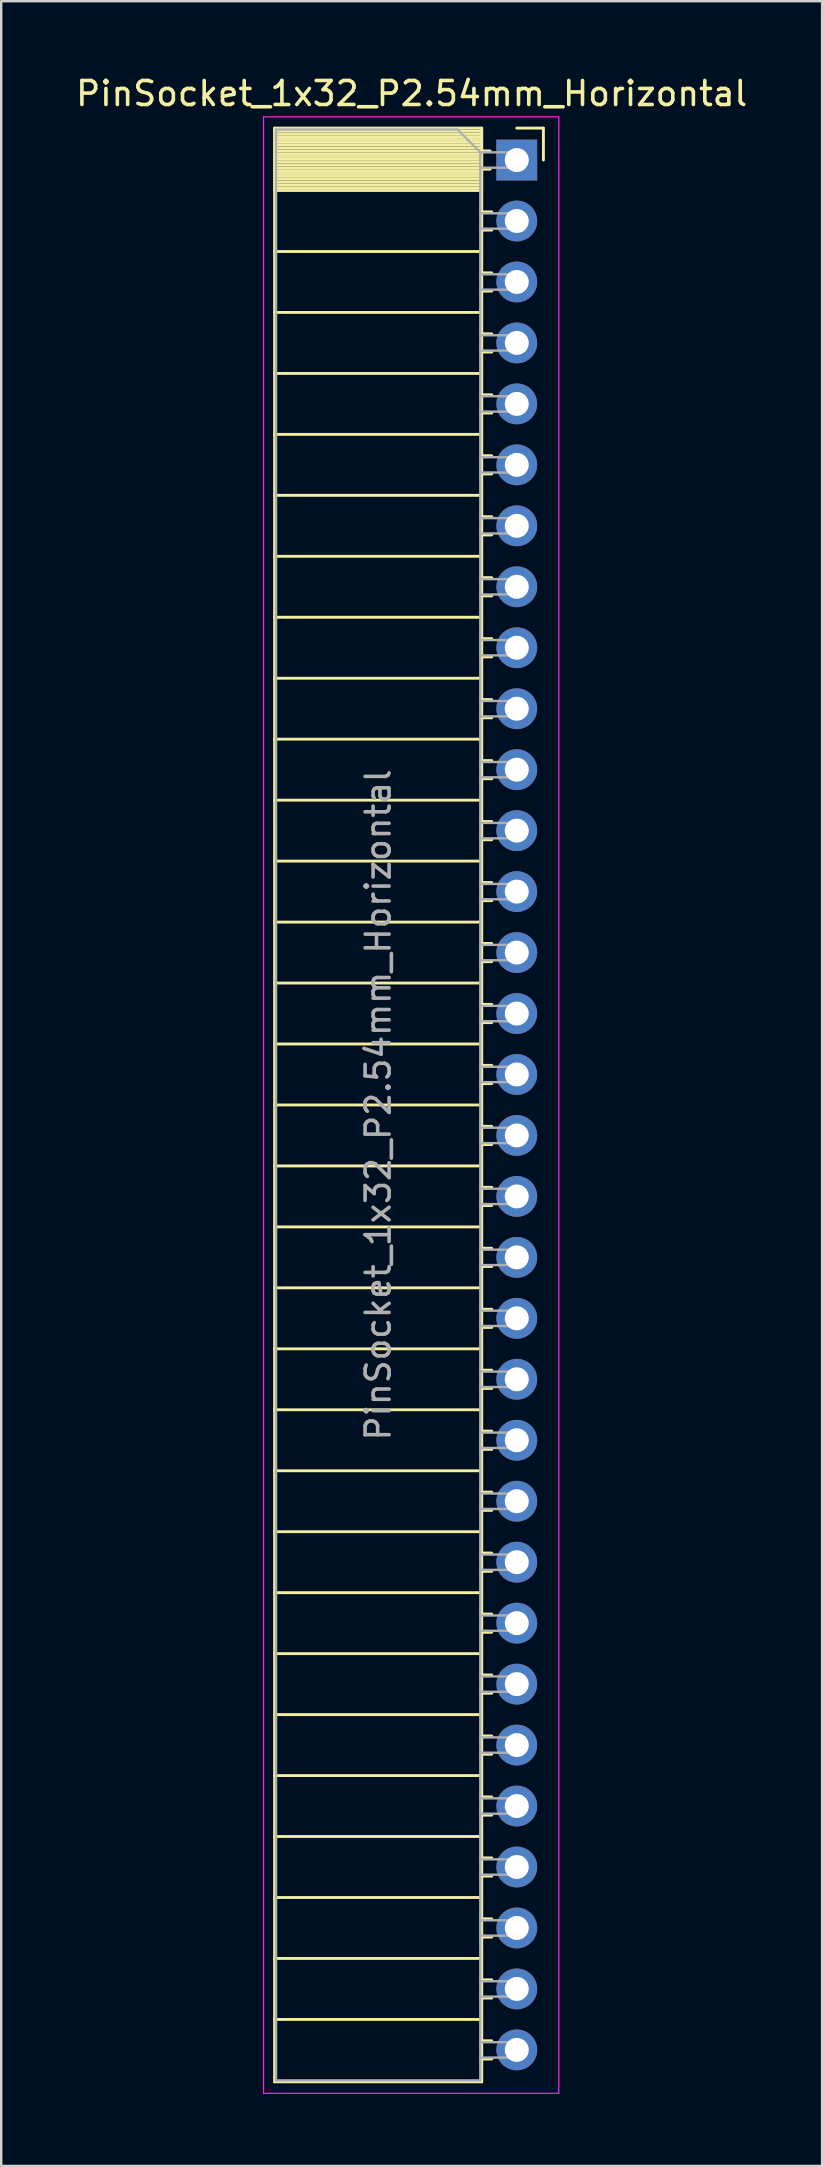
<source format=kicad_pcb>
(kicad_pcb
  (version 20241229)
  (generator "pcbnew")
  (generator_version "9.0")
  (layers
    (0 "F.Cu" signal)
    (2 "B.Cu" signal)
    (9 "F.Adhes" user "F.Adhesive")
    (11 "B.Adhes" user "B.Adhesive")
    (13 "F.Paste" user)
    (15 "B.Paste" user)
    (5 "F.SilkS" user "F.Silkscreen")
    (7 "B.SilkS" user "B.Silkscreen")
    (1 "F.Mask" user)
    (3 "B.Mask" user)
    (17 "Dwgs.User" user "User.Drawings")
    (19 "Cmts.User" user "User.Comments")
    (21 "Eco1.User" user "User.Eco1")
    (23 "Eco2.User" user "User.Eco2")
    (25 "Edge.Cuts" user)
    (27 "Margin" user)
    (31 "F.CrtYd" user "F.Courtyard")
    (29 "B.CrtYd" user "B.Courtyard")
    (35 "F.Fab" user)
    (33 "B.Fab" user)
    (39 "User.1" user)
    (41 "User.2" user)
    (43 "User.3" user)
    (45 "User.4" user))
  (footprint "PinSocket_1x32_P2.54mm_Horizontal"
    (layer "F.Cu")
    (at 18.481 3.618)
    (property "Reference" "PinSocket_1x32_P2.54mm_Horizontal" (at -4.38 -2.77 0) (layer "F.SilkS") (effects (font (size 1 1) (thickness 0.15))))
    (attr through_hole)
    (fp_line (start -10.09 -1.33) (end -10.09 80.07) (stroke (width 0.12) (type solid)) (layer "F.SilkS"))
    (fp_line (start -10.09 -1.33) (end -1.46 -1.33) (stroke (width 0.12) (type solid)) (layer "F.SilkS"))
    (fp_line (start -10.09 -1.21) (end -1.46 -1.21) (stroke (width 0.12) (type solid)) (layer "F.SilkS"))
    (fp_line (start -10.09 -1.092) (end -1.46 -1.092) (stroke (width 0.12) (type solid)) (layer "F.SilkS"))
    (fp_line (start -10.09 -0.974) (end -1.46 -0.974) (stroke (width 0.12) (type solid)) (layer "F.SilkS"))
    (fp_line (start -10.09 -0.856) (end -1.46 -0.856) (stroke (width 0.12) (type solid)) (layer "F.SilkS"))
    (fp_line (start -10.09 -0.738) (end -1.46 -0.738) (stroke (width 0.12) (type solid)) (layer "F.SilkS"))
    (fp_line (start -10.09 -0.62) (end -1.46 -0.62) (stroke (width 0.12) (type solid)) (layer "F.SilkS"))
    (fp_line (start -10.09 -0.501) (end -1.46 -0.501) (stroke (width 0.12) (type solid)) (layer "F.SilkS"))
    (fp_line (start -10.09 -0.383) (end -1.46 -0.383) (stroke (width 0.12) (type solid)) (layer "F.SilkS"))
    (fp_line (start -10.09 -0.265) (end -1.46 -0.265) (stroke (width 0.12) (type solid)) (layer "F.SilkS"))
    (fp_line (start -10.09 -0.147) (end -1.46 -0.147) (stroke (width 0.12) (type solid)) (layer "F.SilkS"))
    (fp_line (start -10.09 -0.029) (end -1.46 -0.029) (stroke (width 0.12) (type solid)) (layer "F.SilkS"))
    (fp_line (start -10.09 0.089) (end -1.46 0.089) (stroke (width 0.12) (type solid)) (layer "F.SilkS"))
    (fp_line (start -10.09 0.207) (end -1.46 0.207) (stroke (width 0.12) (type solid)) (layer "F.SilkS"))
    (fp_line (start -10.09 0.325) (end -1.46 0.325) (stroke (width 0.12) (type solid)) (layer "F.SilkS"))
    (fp_line (start -10.09 0.443) (end -1.46 0.443) (stroke (width 0.12) (type solid)) (layer "F.SilkS"))
    (fp_line (start -10.09 0.561) (end -1.46 0.561) (stroke (width 0.12) (type solid)) (layer "F.SilkS"))
    (fp_line (start -10.09 0.68) (end -1.46 0.68) (stroke (width 0.12) (type solid)) (layer "F.SilkS"))
    (fp_line (start -10.09 0.798) (end -1.46 0.798) (stroke (width 0.12) (type solid)) (layer "F.SilkS"))
    (fp_line (start -10.09 0.916) (end -1.46 0.916) (stroke (width 0.12) (type solid)) (layer "F.SilkS"))
    (fp_line (start -10.09 1.034) (end -1.46 1.034) (stroke (width 0.12) (type solid)) (layer "F.SilkS"))
    (fp_line (start -10.09 1.152) (end -1.46 1.152) (stroke (width 0.12) (type solid)) (layer "F.SilkS"))
    (fp_line (start -10.09 1.27) (end -1.46 1.27) (stroke (width 0.12) (type solid)) (layer "F.SilkS"))
    (fp_line (start -10.09 3.81) (end -1.46 3.81) (stroke (width 0.12) (type solid)) (layer "F.SilkS"))
    (fp_line (start -10.09 6.35) (end -1.46 6.35) (stroke (width 0.12) (type solid)) (layer "F.SilkS"))
    (fp_line (start -10.09 8.89) (end -1.46 8.89) (stroke (width 0.12) (type solid)) (layer "F.SilkS"))
    (fp_line (start -10.09 11.43) (end -1.46 11.43) (stroke (width 0.12) (type solid)) (layer "F.SilkS"))
    (fp_line (start -10.09 13.97) (end -1.46 13.97) (stroke (width 0.12) (type solid)) (layer "F.SilkS"))
    (fp_line (start -10.09 16.51) (end -1.46 16.51) (stroke (width 0.12) (type solid)) (layer "F.SilkS"))
    (fp_line (start -10.09 19.05) (end -1.46 19.05) (stroke (width 0.12) (type solid)) (layer "F.SilkS"))
    (fp_line (start -10.09 21.59) (end -1.46 21.59) (stroke (width 0.12) (type solid)) (layer "F.SilkS"))
    (fp_line (start -10.09 24.13) (end -1.46 24.13) (stroke (width 0.12) (type solid)) (layer "F.SilkS"))
    (fp_line (start -10.09 26.67) (end -1.46 26.67) (stroke (width 0.12) (type solid)) (layer "F.SilkS"))
    (fp_line (start -10.09 29.21) (end -1.46 29.21) (stroke (width 0.12) (type solid)) (layer "F.SilkS"))
    (fp_line (start -10.09 31.75) (end -1.46 31.75) (stroke (width 0.12) (type solid)) (layer "F.SilkS"))
    (fp_line (start -10.09 34.29) (end -1.46 34.29) (stroke (width 0.12) (type solid)) (layer "F.SilkS"))
    (fp_line (start -10.09 36.83) (end -1.46 36.83) (stroke (width 0.12) (type solid)) (layer "F.SilkS"))
    (fp_line (start -10.09 39.37) (end -1.46 39.37) (stroke (width 0.12) (type solid)) (layer "F.SilkS"))
    (fp_line (start -10.09 41.91) (end -1.46 41.91) (stroke (width 0.12) (type solid)) (layer "F.SilkS"))
    (fp_line (start -10.09 44.45) (end -1.46 44.45) (stroke (width 0.12) (type solid)) (layer "F.SilkS"))
    (fp_line (start -10.09 46.99) (end -1.46 46.99) (stroke (width 0.12) (type solid)) (layer "F.SilkS"))
    (fp_line (start -10.09 49.53) (end -1.46 49.53) (stroke (width 0.12) (type solid)) (layer "F.SilkS"))
    (fp_line (start -10.09 52.07) (end -1.46 52.07) (stroke (width 0.12) (type solid)) (layer "F.SilkS"))
    (fp_line (start -10.09 54.61) (end -1.46 54.61) (stroke (width 0.12) (type solid)) (layer "F.SilkS"))
    (fp_line (start -10.09 57.15) (end -1.46 57.15) (stroke (width 0.12) (type solid)) (layer "F.SilkS"))
    (fp_line (start -10.09 59.69) (end -1.46 59.69) (stroke (width 0.12) (type solid)) (layer "F.SilkS"))
    (fp_line (start -10.09 62.23) (end -1.46 62.23) (stroke (width 0.12) (type solid)) (layer "F.SilkS"))
    (fp_line (start -10.09 64.77) (end -1.46 64.77) (stroke (width 0.12) (type solid)) (layer "F.SilkS"))
    (fp_line (start -10.09 67.31) (end -1.46 67.31) (stroke (width 0.12) (type solid)) (layer "F.SilkS"))
    (fp_line (start -10.09 69.85) (end -1.46 69.85) (stroke (width 0.12) (type solid)) (layer "F.SilkS"))
    (fp_line (start -10.09 72.39) (end -1.46 72.39) (stroke (width 0.12) (type solid)) (layer "F.SilkS"))
    (fp_line (start -10.09 74.93) (end -1.46 74.93) (stroke (width 0.12) (type solid)) (layer "F.SilkS"))
    (fp_line (start -10.09 77.47) (end -1.46 77.47) (stroke (width 0.12) (type solid)) (layer "F.SilkS"))
    (fp_line (start -10.09 80.07) (end -1.46 80.07) (stroke (width 0.12) (type solid)) (layer "F.SilkS"))
    (fp_line (start -1.46 -1.33) (end -1.46 80.07) (stroke (width 0.12) (type solid)) (layer "F.SilkS"))
    (fp_line (start -1.46 -0.38) (end -1.11 -0.38) (stroke (width 0.12) (type solid)) (layer "F.SilkS"))
    (fp_line (start -1.46 0.38) (end -1.11 0.38) (stroke (width 0.12) (type solid)) (layer "F.SilkS"))
    (fp_line (start -1.46 2.16) (end -1.043 2.16) (stroke (width 0.12) (type solid)) (layer "F.SilkS"))
    (fp_line (start -1.46 2.92) (end -1.043 2.92) (stroke (width 0.12) (type solid)) (layer "F.SilkS"))
    (fp_line (start -1.46 4.7) (end -1.043 4.7) (stroke (width 0.12) (type solid)) (layer "F.SilkS"))
    (fp_line (start -1.46 5.46) (end -1.043 5.46) (stroke (width 0.12) (type solid)) (layer "F.SilkS"))
    (fp_line (start -1.46 7.24) (end -1.043 7.24) (stroke (width 0.12) (type solid)) (layer "F.SilkS"))
    (fp_line (start -1.46 8) (end -1.043 8) (stroke (width 0.12) (type solid)) (layer "F.SilkS"))
    (fp_line (start -1.46 9.78) (end -1.043 9.78) (stroke (width 0.12) (type solid)) (layer "F.SilkS"))
    (fp_line (start -1.46 10.54) (end -1.043 10.54) (stroke (width 0.12) (type solid)) (layer "F.SilkS"))
    (fp_line (start -1.46 12.32) (end -1.043 12.32) (stroke (width 0.12) (type solid)) (layer "F.SilkS"))
    (fp_line (start -1.46 13.08) (end -1.043 13.08) (stroke (width 0.12) (type solid)) (layer "F.SilkS"))
    (fp_line (start -1.46 14.86) (end -1.043 14.86) (stroke (width 0.12) (type solid)) (layer "F.SilkS"))
    (fp_line (start -1.46 15.62) (end -1.043 15.62) (stroke (width 0.12) (type solid)) (layer "F.SilkS"))
    (fp_line (start -1.46 17.4) (end -1.043 17.4) (stroke (width 0.12) (type solid)) (layer "F.SilkS"))
    (fp_line (start -1.46 18.16) (end -1.043 18.16) (stroke (width 0.12) (type solid)) (layer "F.SilkS"))
    (fp_line (start -1.46 19.94) (end -1.043 19.94) (stroke (width 0.12) (type solid)) (layer "F.SilkS"))
    (fp_line (start -1.46 20.7) (end -1.043 20.7) (stroke (width 0.12) (type solid)) (layer "F.SilkS"))
    (fp_line (start -1.46 22.48) (end -1.043 22.48) (stroke (width 0.12) (type solid)) (layer "F.SilkS"))
    (fp_line (start -1.46 23.24) (end -1.043 23.24) (stroke (width 0.12) (type solid)) (layer "F.SilkS"))
    (fp_line (start -1.46 25.02) (end -1.043 25.02) (stroke (width 0.12) (type solid)) (layer "F.SilkS"))
    (fp_line (start -1.46 25.78) (end -1.043 25.78) (stroke (width 0.12) (type solid)) (layer "F.SilkS"))
    (fp_line (start -1.46 27.56) (end -1.043 27.56) (stroke (width 0.12) (type solid)) (layer "F.SilkS"))
    (fp_line (start -1.46 28.32) (end -1.043 28.32) (stroke (width 0.12) (type solid)) (layer "F.SilkS"))
    (fp_line (start -1.46 30.1) (end -1.043 30.1) (stroke (width 0.12) (type solid)) (layer "F.SilkS"))
    (fp_line (start -1.46 30.86) (end -1.043 30.86) (stroke (width 0.12) (type solid)) (layer "F.SilkS"))
    (fp_line (start -1.46 32.64) (end -1.043 32.64) (stroke (width 0.12) (type solid)) (layer "F.SilkS"))
    (fp_line (start -1.46 33.4) (end -1.043 33.4) (stroke (width 0.12) (type solid)) (layer "F.SilkS"))
    (fp_line (start -1.46 35.18) (end -1.043 35.18) (stroke (width 0.12) (type solid)) (layer "F.SilkS"))
    (fp_line (start -1.46 35.94) (end -1.043 35.94) (stroke (width 0.12) (type solid)) (layer "F.SilkS"))
    (fp_line (start -1.46 37.72) (end -1.043 37.72) (stroke (width 0.12) (type solid)) (layer "F.SilkS"))
    (fp_line (start -1.46 38.48) (end -1.043 38.48) (stroke (width 0.12) (type solid)) (layer "F.SilkS"))
    (fp_line (start -1.46 40.26) (end -1.043 40.26) (stroke (width 0.12) (type solid)) (layer "F.SilkS"))
    (fp_line (start -1.46 41.02) (end -1.043 41.02) (stroke (width 0.12) (type solid)) (layer "F.SilkS"))
    (fp_line (start -1.46 42.8) (end -1.043 42.8) (stroke (width 0.12) (type solid)) (layer "F.SilkS"))
    (fp_line (start -1.46 43.56) (end -1.043 43.56) (stroke (width 0.12) (type solid)) (layer "F.SilkS"))
    (fp_line (start -1.46 45.34) (end -1.043 45.34) (stroke (width 0.12) (type solid)) (layer "F.SilkS"))
    (fp_line (start -1.46 46.1) (end -1.043 46.1) (stroke (width 0.12) (type solid)) (layer "F.SilkS"))
    (fp_line (start -1.46 47.88) (end -1.043 47.88) (stroke (width 0.12) (type solid)) (layer "F.SilkS"))
    (fp_line (start -1.46 48.64) (end -1.043 48.64) (stroke (width 0.12) (type solid)) (layer "F.SilkS"))
    (fp_line (start -1.46 50.42) (end -1.043 50.42) (stroke (width 0.12) (type solid)) (layer "F.SilkS"))
    (fp_line (start -1.46 51.18) (end -1.043 51.18) (stroke (width 0.12) (type solid)) (layer "F.SilkS"))
    (fp_line (start -1.46 52.96) (end -1.043 52.96) (stroke (width 0.12) (type solid)) (layer "F.SilkS"))
    (fp_line (start -1.46 53.72) (end -1.043 53.72) (stroke (width 0.12) (type solid)) (layer "F.SilkS"))
    (fp_line (start -1.46 55.5) (end -1.043 55.5) (stroke (width 0.12) (type solid)) (layer "F.SilkS"))
    (fp_line (start -1.46 56.26) (end -1.043 56.26) (stroke (width 0.12) (type solid)) (layer "F.SilkS"))
    (fp_line (start -1.46 58.04) (end -1.043 58.04) (stroke (width 0.12) (type solid)) (layer "F.SilkS"))
    (fp_line (start -1.46 58.8) (end -1.043 58.8) (stroke (width 0.12) (type solid)) (layer "F.SilkS"))
    (fp_line (start -1.46 60.58) (end -1.043 60.58) (stroke (width 0.12) (type solid)) (layer "F.SilkS"))
    (fp_line (start -1.46 61.34) (end -1.043 61.34) (stroke (width 0.12) (type solid)) (layer "F.SilkS"))
    (fp_line (start -1.46 63.12) (end -1.043 63.12) (stroke (width 0.12) (type solid)) (layer "F.SilkS"))
    (fp_line (start -1.46 63.88) (end -1.043 63.88) (stroke (width 0.12) (type solid)) (layer "F.SilkS"))
    (fp_line (start -1.46 65.66) (end -1.043 65.66) (stroke (width 0.12) (type solid)) (layer "F.SilkS"))
    (fp_line (start -1.46 66.42) (end -1.043 66.42) (stroke (width 0.12) (type solid)) (layer "F.SilkS"))
    (fp_line (start -1.46 68.2) (end -1.043 68.2) (stroke (width 0.12) (type solid)) (layer "F.SilkS"))
    (fp_line (start -1.46 68.96) (end -1.043 68.96) (stroke (width 0.12) (type solid)) (layer "F.SilkS"))
    (fp_line (start -1.46 70.74) (end -1.043 70.74) (stroke (width 0.12) (type solid)) (layer "F.SilkS"))
    (fp_line (start -1.46 71.5) (end -1.043 71.5) (stroke (width 0.12) (type solid)) (layer "F.SilkS"))
    (fp_line (start -1.46 73.28) (end -1.043 73.28) (stroke (width 0.12) (type solid)) (layer "F.SilkS"))
    (fp_line (start -1.46 74.04) (end -1.043 74.04) (stroke (width 0.12) (type solid)) (layer "F.SilkS"))
    (fp_line (start -1.46 75.82) (end -1.043 75.82) (stroke (width 0.12) (type solid)) (layer "F.SilkS"))
    (fp_line (start -1.46 76.58) (end -1.043 76.58) (stroke (width 0.12) (type solid)) (layer "F.SilkS"))
    (fp_line (start -1.46 78.36) (end -1.043 78.36) (stroke (width 0.12) (type solid)) (layer "F.SilkS"))
    (fp_line (start -1.46 79.12) (end -1.043 79.12) (stroke (width 0.12) (type solid)) (layer "F.SilkS"))
    (fp_line (start 0 -1.33) (end 1.11 -1.33) (stroke (width 0.12) (type solid)) (layer "F.SilkS"))
    (fp_line (start 1.11 -1.33) (end 1.11 0) (stroke (width 0.12) (type solid)) (layer "F.SilkS"))
    (fp_line (start -10.55 -1.8) (end -10.55 80.55) (stroke (width 0.05) (type solid)) (layer "F.CrtYd"))
    (fp_line (start -10.55 80.55) (end 1.75 80.55) (stroke (width 0.05) (type solid)) (layer "F.CrtYd"))
    (fp_line (start 1.75 -1.8) (end -10.55 -1.8) (stroke (width 0.05) (type solid)) (layer "F.CrtYd"))
    (fp_line (start 1.75 80.55) (end 1.75 -1.8) (stroke (width 0.05) (type solid)) (layer "F.CrtYd"))
    (fp_line (start -10.03 -1.27) (end -2.47 -1.27) (stroke (width 0.1) (type solid)) (layer "F.Fab"))
    (fp_line (start -10.03 80.01) (end -10.03 -1.27) (stroke (width 0.1) (type solid)) (layer "F.Fab"))
    (fp_line (start -2.47 -1.27) (end -1.52 -0.32) (stroke (width 0.1) (type solid)) (layer "F.Fab"))
    (fp_line (start -1.52 -0.32) (end -1.52 80.01) (stroke (width 0.1) (type solid)) (layer "F.Fab"))
    (fp_line (start -1.52 0.32) (end 0 0.32) (stroke (width 0.1) (type solid)) (layer "F.Fab"))
    (fp_line (start -1.52 2.86) (end 0 2.86) (stroke (width 0.1) (type solid)) (layer "F.Fab"))
    (fp_line (start -1.52 5.4) (end 0 5.4) (stroke (width 0.1) (type solid)) (layer "F.Fab"))
    (fp_line (start -1.52 7.94) (end 0 7.94) (stroke (width 0.1) (type solid)) (layer "F.Fab"))
    (fp_line (start -1.52 10.48) (end 0 10.48) (stroke (width 0.1) (type solid)) (layer "F.Fab"))
    (fp_line (start -1.52 13.02) (end 0 13.02) (stroke (width 0.1) (type solid)) (layer "F.Fab"))
    (fp_line (start -1.52 15.56) (end 0 15.56) (stroke (width 0.1) (type solid)) (layer "F.Fab"))
    (fp_line (start -1.52 18.1) (end 0 18.1) (stroke (width 0.1) (type solid)) (layer "F.Fab"))
    (fp_line (start -1.52 20.64) (end 0 20.64) (stroke (width 0.1) (type solid)) (layer "F.Fab"))
    (fp_line (start -1.52 23.18) (end 0 23.18) (stroke (width 0.1) (type solid)) (layer "F.Fab"))
    (fp_line (start -1.52 25.72) (end 0 25.72) (stroke (width 0.1) (type solid)) (layer "F.Fab"))
    (fp_line (start -1.52 28.26) (end 0 28.26) (stroke (width 0.1) (type solid)) (layer "F.Fab"))
    (fp_line (start -1.52 30.8) (end 0 30.8) (stroke (width 0.1) (type solid)) (layer "F.Fab"))
    (fp_line (start -1.52 33.34) (end 0 33.34) (stroke (width 0.1) (type solid)) (layer "F.Fab"))
    (fp_line (start -1.52 35.88) (end 0 35.88) (stroke (width 0.1) (type solid)) (layer "F.Fab"))
    (fp_line (start -1.52 38.42) (end 0 38.42) (stroke (width 0.1) (type solid)) (layer "F.Fab"))
    (fp_line (start -1.52 40.96) (end 0 40.96) (stroke (width 0.1) (type solid)) (layer "F.Fab"))
    (fp_line (start -1.52 43.5) (end 0 43.5) (stroke (width 0.1) (type solid)) (layer "F.Fab"))
    (fp_line (start -1.52 46.04) (end 0 46.04) (stroke (width 0.1) (type solid)) (layer "F.Fab"))
    (fp_line (start -1.52 48.58) (end 0 48.58) (stroke (width 0.1) (type solid)) (layer "F.Fab"))
    (fp_line (start -1.52 51.12) (end 0 51.12) (stroke (width 0.1) (type solid)) (layer "F.Fab"))
    (fp_line (start -1.52 53.66) (end 0 53.66) (stroke (width 0.1) (type solid)) (layer "F.Fab"))
    (fp_line (start -1.52 56.2) (end 0 56.2) (stroke (width 0.1) (type solid)) (layer "F.Fab"))
    (fp_line (start -1.52 58.74) (end 0 58.74) (stroke (width 0.1) (type solid)) (layer "F.Fab"))
    (fp_line (start -1.52 61.28) (end 0 61.28) (stroke (width 0.1) (type solid)) (layer "F.Fab"))
    (fp_line (start -1.52 63.82) (end 0 63.82) (stroke (width 0.1) (type solid)) (layer "F.Fab"))
    (fp_line (start -1.52 66.36) (end 0 66.36) (stroke (width 0.1) (type solid)) (layer "F.Fab"))
    (fp_line (start -1.52 68.9) (end 0 68.9) (stroke (width 0.1) (type solid)) (layer "F.Fab"))
    (fp_line (start -1.52 71.44) (end 0 71.44) (stroke (width 0.1) (type solid)) (layer "F.Fab"))
    (fp_line (start -1.52 73.98) (end 0 73.98) (stroke (width 0.1) (type solid)) (layer "F.Fab"))
    (fp_line (start -1.52 76.52) (end 0 76.52) (stroke (width 0.1) (type solid)) (layer "F.Fab"))
    (fp_line (start -1.52 79.06) (end 0 79.06) (stroke (width 0.1) (type solid)) (layer "F.Fab"))
    (fp_line (start -1.52 80.01) (end -10.03 80.01) (stroke (width 0.1) (type solid)) (layer "F.Fab"))
    (fp_line (start 0 -0.32) (end -1.52 -0.32) (stroke (width 0.1) (type solid)) (layer "F.Fab"))
    (fp_line (start 0 0.32) (end 0 -0.32) (stroke (width 0.1) (type solid)) (layer "F.Fab"))
    (fp_line (start 0 2.22) (end -1.52 2.22) (stroke (width 0.1) (type solid)) (layer "F.Fab"))
    (fp_line (start 0 2.86) (end 0 2.22) (stroke (width 0.1) (type solid)) (layer "F.Fab"))
    (fp_line (start 0 4.76) (end -1.52 4.76) (stroke (width 0.1) (type solid)) (layer "F.Fab"))
    (fp_line (start 0 5.4) (end 0 4.76) (stroke (width 0.1) (type solid)) (layer "F.Fab"))
    (fp_line (start 0 7.3) (end -1.52 7.3) (stroke (width 0.1) (type solid)) (layer "F.Fab"))
    (fp_line (start 0 7.94) (end 0 7.3) (stroke (width 0.1) (type solid)) (layer "F.Fab"))
    (fp_line (start 0 9.84) (end -1.52 9.84) (stroke (width 0.1) (type solid)) (layer "F.Fab"))
    (fp_line (start 0 10.48) (end 0 9.84) (stroke (width 0.1) (type solid)) (layer "F.Fab"))
    (fp_line (start 0 12.38) (end -1.52 12.38) (stroke (width 0.1) (type solid)) (layer "F.Fab"))
    (fp_line (start 0 13.02) (end 0 12.38) (stroke (width 0.1) (type solid)) (layer "F.Fab"))
    (fp_line (start 0 14.92) (end -1.52 14.92) (stroke (width 0.1) (type solid)) (layer "F.Fab"))
    (fp_line (start 0 15.56) (end 0 14.92) (stroke (width 0.1) (type solid)) (layer "F.Fab"))
    (fp_line (start 0 17.46) (end -1.52 17.46) (stroke (width 0.1) (type solid)) (layer "F.Fab"))
    (fp_line (start 0 18.1) (end 0 17.46) (stroke (width 0.1) (type solid)) (layer "F.Fab"))
    (fp_line (start 0 20) (end -1.52 20) (stroke (width 0.1) (type solid)) (layer "F.Fab"))
    (fp_line (start 0 20.64) (end 0 20) (stroke (width 0.1) (type solid)) (layer "F.Fab"))
    (fp_line (start 0 22.54) (end -1.52 22.54) (stroke (width 0.1) (type solid)) (layer "F.Fab"))
    (fp_line (start 0 23.18) (end 0 22.54) (stroke (width 0.1) (type solid)) (layer "F.Fab"))
    (fp_line (start 0 25.08) (end -1.52 25.08) (stroke (width 0.1) (type solid)) (layer "F.Fab"))
    (fp_line (start 0 25.72) (end 0 25.08) (stroke (width 0.1) (type solid)) (layer "F.Fab"))
    (fp_line (start 0 27.62) (end -1.52 27.62) (stroke (width 0.1) (type solid)) (layer "F.Fab"))
    (fp_line (start 0 28.26) (end 0 27.62) (stroke (width 0.1) (type solid)) (layer "F.Fab"))
    (fp_line (start 0 30.16) (end -1.52 30.16) (stroke (width 0.1) (type solid)) (layer "F.Fab"))
    (fp_line (start 0 30.8) (end 0 30.16) (stroke (width 0.1) (type solid)) (layer "F.Fab"))
    (fp_line (start 0 32.7) (end -1.52 32.7) (stroke (width 0.1) (type solid)) (layer "F.Fab"))
    (fp_line (start 0 33.34) (end 0 32.7) (stroke (width 0.1) (type solid)) (layer "F.Fab"))
    (fp_line (start 0 35.24) (end -1.52 35.24) (stroke (width 0.1) (type solid)) (layer "F.Fab"))
    (fp_line (start 0 35.88) (end 0 35.24) (stroke (width 0.1) (type solid)) (layer "F.Fab"))
    (fp_line (start 0 37.78) (end -1.52 37.78) (stroke (width 0.1) (type solid)) (layer "F.Fab"))
    (fp_line (start 0 38.42) (end 0 37.78) (stroke (width 0.1) (type solid)) (layer "F.Fab"))
    (fp_line (start 0 40.32) (end -1.52 40.32) (stroke (width 0.1) (type solid)) (layer "F.Fab"))
    (fp_line (start 0 40.96) (end 0 40.32) (stroke (width 0.1) (type solid)) (layer "F.Fab"))
    (fp_line (start 0 42.86) (end -1.52 42.86) (stroke (width 0.1) (type solid)) (layer "F.Fab"))
    (fp_line (start 0 43.5) (end 0 42.86) (stroke (width 0.1) (type solid)) (layer "F.Fab"))
    (fp_line (start 0 45.4) (end -1.52 45.4) (stroke (width 0.1) (type solid)) (layer "F.Fab"))
    (fp_line (start 0 46.04) (end 0 45.4) (stroke (width 0.1) (type solid)) (layer "F.Fab"))
    (fp_line (start 0 47.94) (end -1.52 47.94) (stroke (width 0.1) (type solid)) (layer "F.Fab"))
    (fp_line (start 0 48.58) (end 0 47.94) (stroke (width 0.1) (type solid)) (layer "F.Fab"))
    (fp_line (start 0 50.48) (end -1.52 50.48) (stroke (width 0.1) (type solid)) (layer "F.Fab"))
    (fp_line (start 0 51.12) (end 0 50.48) (stroke (width 0.1) (type solid)) (layer "F.Fab"))
    (fp_line (start 0 53.02) (end -1.52 53.02) (stroke (width 0.1) (type solid)) (layer "F.Fab"))
    (fp_line (start 0 53.66) (end 0 53.02) (stroke (width 0.1) (type solid)) (layer "F.Fab"))
    (fp_line (start 0 55.56) (end -1.52 55.56) (stroke (width 0.1) (type solid)) (layer "F.Fab"))
    (fp_line (start 0 56.2) (end 0 55.56) (stroke (width 0.1) (type solid)) (layer "F.Fab"))
    (fp_line (start 0 58.1) (end -1.52 58.1) (stroke (width 0.1) (type solid)) (layer "F.Fab"))
    (fp_line (start 0 58.74) (end 0 58.1) (stroke (width 0.1) (type solid)) (layer "F.Fab"))
    (fp_line (start 0 60.64) (end -1.52 60.64) (stroke (width 0.1) (type solid)) (layer "F.Fab"))
    (fp_line (start 0 61.28) (end 0 60.64) (stroke (width 0.1) (type solid)) (layer "F.Fab"))
    (fp_line (start 0 63.18) (end -1.52 63.18) (stroke (width 0.1) (type solid)) (layer "F.Fab"))
    (fp_line (start 0 63.82) (end 0 63.18) (stroke (width 0.1) (type solid)) (layer "F.Fab"))
    (fp_line (start 0 65.72) (end -1.52 65.72) (stroke (width 0.1) (type solid)) (layer "F.Fab"))
    (fp_line (start 0 66.36) (end 0 65.72) (stroke (width 0.1) (type solid)) (layer "F.Fab"))
    (fp_line (start 0 68.26) (end -1.52 68.26) (stroke (width 0.1) (type solid)) (layer "F.Fab"))
    (fp_line (start 0 68.9) (end 0 68.26) (stroke (width 0.1) (type solid)) (layer "F.Fab"))
    (fp_line (start 0 70.8) (end -1.52 70.8) (stroke (width 0.1) (type solid)) (layer "F.Fab"))
    (fp_line (start 0 71.44) (end 0 70.8) (stroke (width 0.1) (type solid)) (layer "F.Fab"))
    (fp_line (start 0 73.34) (end -1.52 73.34) (stroke (width 0.1) (type solid)) (layer "F.Fab"))
    (fp_line (start 0 73.98) (end 0 73.34) (stroke (width 0.1) (type solid)) (layer "F.Fab"))
    (fp_line (start 0 75.88) (end -1.52 75.88) (stroke (width 0.1) (type solid)) (layer "F.Fab"))
    (fp_line (start 0 76.52) (end 0 75.88) (stroke (width 0.1) (type solid)) (layer "F.Fab"))
    (fp_line (start 0 78.42) (end -1.52 78.42) (stroke (width 0.1) (type solid)) (layer "F.Fab"))
    (fp_line (start 0 79.06) (end 0 78.42) (stroke (width 0.1) (type solid)) (layer "F.Fab"))
    (fp_text user "${REFERENCE}" (at -5.775 39.37 90) (layer "F.Fab") (effects (font (size 1 1) (thickness 0.15))))
    (pad "1" thru_hole rect (at 0 0) (size 1.7 1.7) (drill 1) (layers "*.Cu" "*.Mask"))
    (pad "2" thru_hole oval (at 0 2.54) (size 1.7 1.7) (drill 1) (layers "*.Cu" "*.Mask"))
    (pad "3" thru_hole oval (at 0 5.08) (size 1.7 1.7) (drill 1) (layers "*.Cu" "*.Mask"))
    (pad "4" thru_hole oval (at 0 7.62) (size 1.7 1.7) (drill 1) (layers "*.Cu" "*.Mask"))
    (pad "5" thru_hole oval (at 0 10.16) (size 1.7 1.7) (drill 1) (layers "*.Cu" "*.Mask"))
    (pad "6" thru_hole oval (at 0 12.7) (size 1.7 1.7) (drill 1) (layers "*.Cu" "*.Mask"))
    (pad "7" thru_hole oval (at 0 15.24) (size 1.7 1.7) (drill 1) (layers "*.Cu" "*.Mask"))
    (pad "8" thru_hole oval (at 0 17.78) (size 1.7 1.7) (drill 1) (layers "*.Cu" "*.Mask"))
    (pad "9" thru_hole oval (at 0 20.32) (size 1.7 1.7) (drill 1) (layers "*.Cu" "*.Mask"))
    (pad "10" thru_hole oval (at 0 22.86) (size 1.7 1.7) (drill 1) (layers "*.Cu" "*.Mask"))
    (pad "11" thru_hole oval (at 0 25.4) (size 1.7 1.7) (drill 1) (layers "*.Cu" "*.Mask"))
    (pad "12" thru_hole oval (at 0 27.94) (size 1.7 1.7) (drill 1) (layers "*.Cu" "*.Mask"))
    (pad "13" thru_hole oval (at 0 30.48) (size 1.7 1.7) (drill 1) (layers "*.Cu" "*.Mask"))
    (pad "14" thru_hole oval (at 0 33.02) (size 1.7 1.7) (drill 1) (layers "*.Cu" "*.Mask"))
    (pad "15" thru_hole oval (at 0 35.56) (size 1.7 1.7) (drill 1) (layers "*.Cu" "*.Mask"))
    (pad "16" thru_hole oval (at 0 38.1) (size 1.7 1.7) (drill 1) (layers "*.Cu" "*.Mask"))
    (pad "17" thru_hole oval (at 0 40.64) (size 1.7 1.7) (drill 1) (layers "*.Cu" "*.Mask"))
    (pad "18" thru_hole oval (at 0 43.18) (size 1.7 1.7) (drill 1) (layers "*.Cu" "*.Mask"))
    (pad "19" thru_hole oval (at 0 45.72) (size 1.7 1.7) (drill 1) (layers "*.Cu" "*.Mask"))
    (pad "20" thru_hole oval (at 0 48.26) (size 1.7 1.7) (drill 1) (layers "*.Cu" "*.Mask"))
    (pad "21" thru_hole oval (at 0 50.8) (size 1.7 1.7) (drill 1) (layers "*.Cu" "*.Mask"))
    (pad "22" thru_hole oval (at 0 53.34) (size 1.7 1.7) (drill 1) (layers "*.Cu" "*.Mask"))
    (pad "23" thru_hole oval (at 0 55.88) (size 1.7 1.7) (drill 1) (layers "*.Cu" "*.Mask"))
    (pad "24" thru_hole oval (at 0 58.42) (size 1.7 1.7) (drill 1) (layers "*.Cu" "*.Mask"))
    (pad "25" thru_hole oval (at 0 60.96) (size 1.7 1.7) (drill 1) (layers "*.Cu" "*.Mask"))
    (pad "26" thru_hole oval (at 0 63.5) (size 1.7 1.7) (drill 1) (layers "*.Cu" "*.Mask"))
    (pad "27" thru_hole oval (at 0 66.04) (size 1.7 1.7) (drill 1) (layers "*.Cu" "*.Mask"))
    (pad "28" thru_hole oval (at 0 68.58) (size 1.7 1.7) (drill 1) (layers "*.Cu" "*.Mask"))
    (pad "29" thru_hole oval (at 0 71.12) (size 1.7 1.7) (drill 1) (layers "*.Cu" "*.Mask"))
    (pad "30" thru_hole oval (at 0 73.66) (size 1.7 1.7) (drill 1) (layers "*.Cu" "*.Mask"))
    (pad "31" thru_hole oval (at 0 76.2) (size 1.7 1.7) (drill 1) (layers "*.Cu" "*.Mask"))
    (pad "32" thru_hole oval (at 0 78.74) (size 1.7 1.7) (drill 1) (layers "*.Cu" "*.Mask")))
  (gr_rect
    (start -3 -3)
    (end 31.202 87.193)
    (stroke (width 0.1) (type default))
    (fill no)
    (layer "Edge.Cuts")))
</source>
